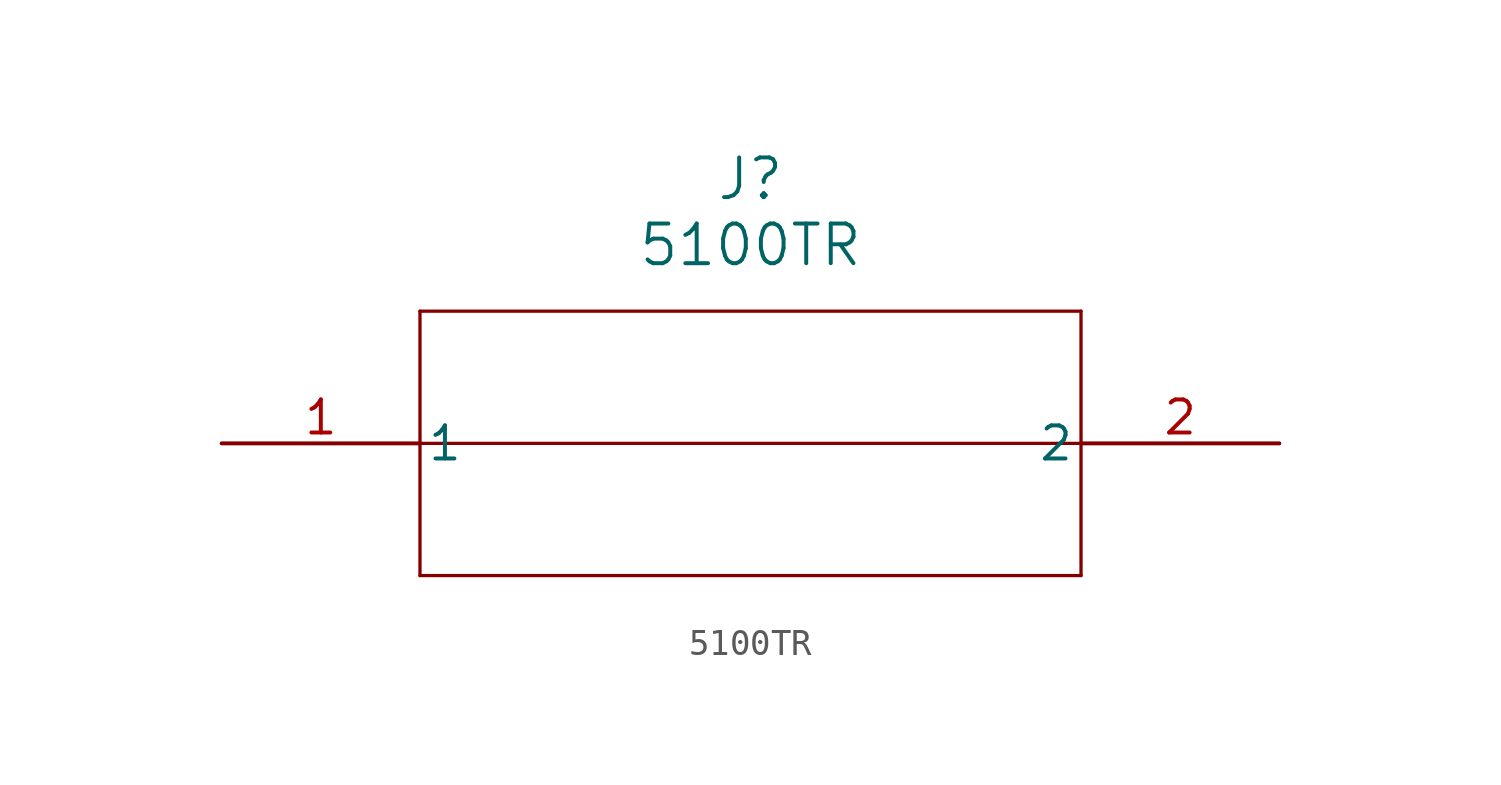
<source format=kicad_sym>
(kicad_symbol_lib
  (version 20211014)
  (generator kicad_symbol_editor)
  (symbol "5100TR"
    (pin_names
      (offset 0.254))
    (property "Reference" "J"
      (at 20.32 10.16 0)
      (effects (font (size 1.524 1.524))))
    (property "Value" "5100TR"
      (at 20.32 7.62 0)
      (effects (font (size 1.524 1.524))))
    (symbol "5100TR_0_1"
      (polyline (pts (xy 7.62 5.08) (xy 7.62 -5.08)) (stroke (width 0.127) (type default) (color 0 0 0 0)) (fill (type none)))
      (polyline (pts (xy 7.62 -5.08) (xy 33.02 -5.08)) (stroke (width 0.127) (type default) (color 0 0 0 0)) (fill (type none)))
      (polyline (pts (xy 33.02 -5.08) (xy 33.02 5.08)) (stroke (width 0.127) (type default) (color 0 0 0 0)) (fill (type none)))
      (polyline (pts (xy 33.02 5.08) (xy 7.62 5.08)) (stroke (width 0.127) (type default) (color 0 0 0 0)) (fill (type none)))
      (polyline (pts (xy 7.62 0) (xy 33.02 0)) (stroke (width 0.127) (type default) (color 0 0 0 0)) (fill (type none)))
      (pin unspecified line (at 0 0 0) (length 7.62) (name "1" (effects (font (size 1.27 1.27)))) (number "1" (effects (font (size 1.27 1.27)))))
      (pin unspecified line (at 40.64 0 180) (length 7.62) (name "2" (effects (font (size 1.27 1.27)))) (number "2" (effects (font (size 1.27 1.27))))))))
</source>
